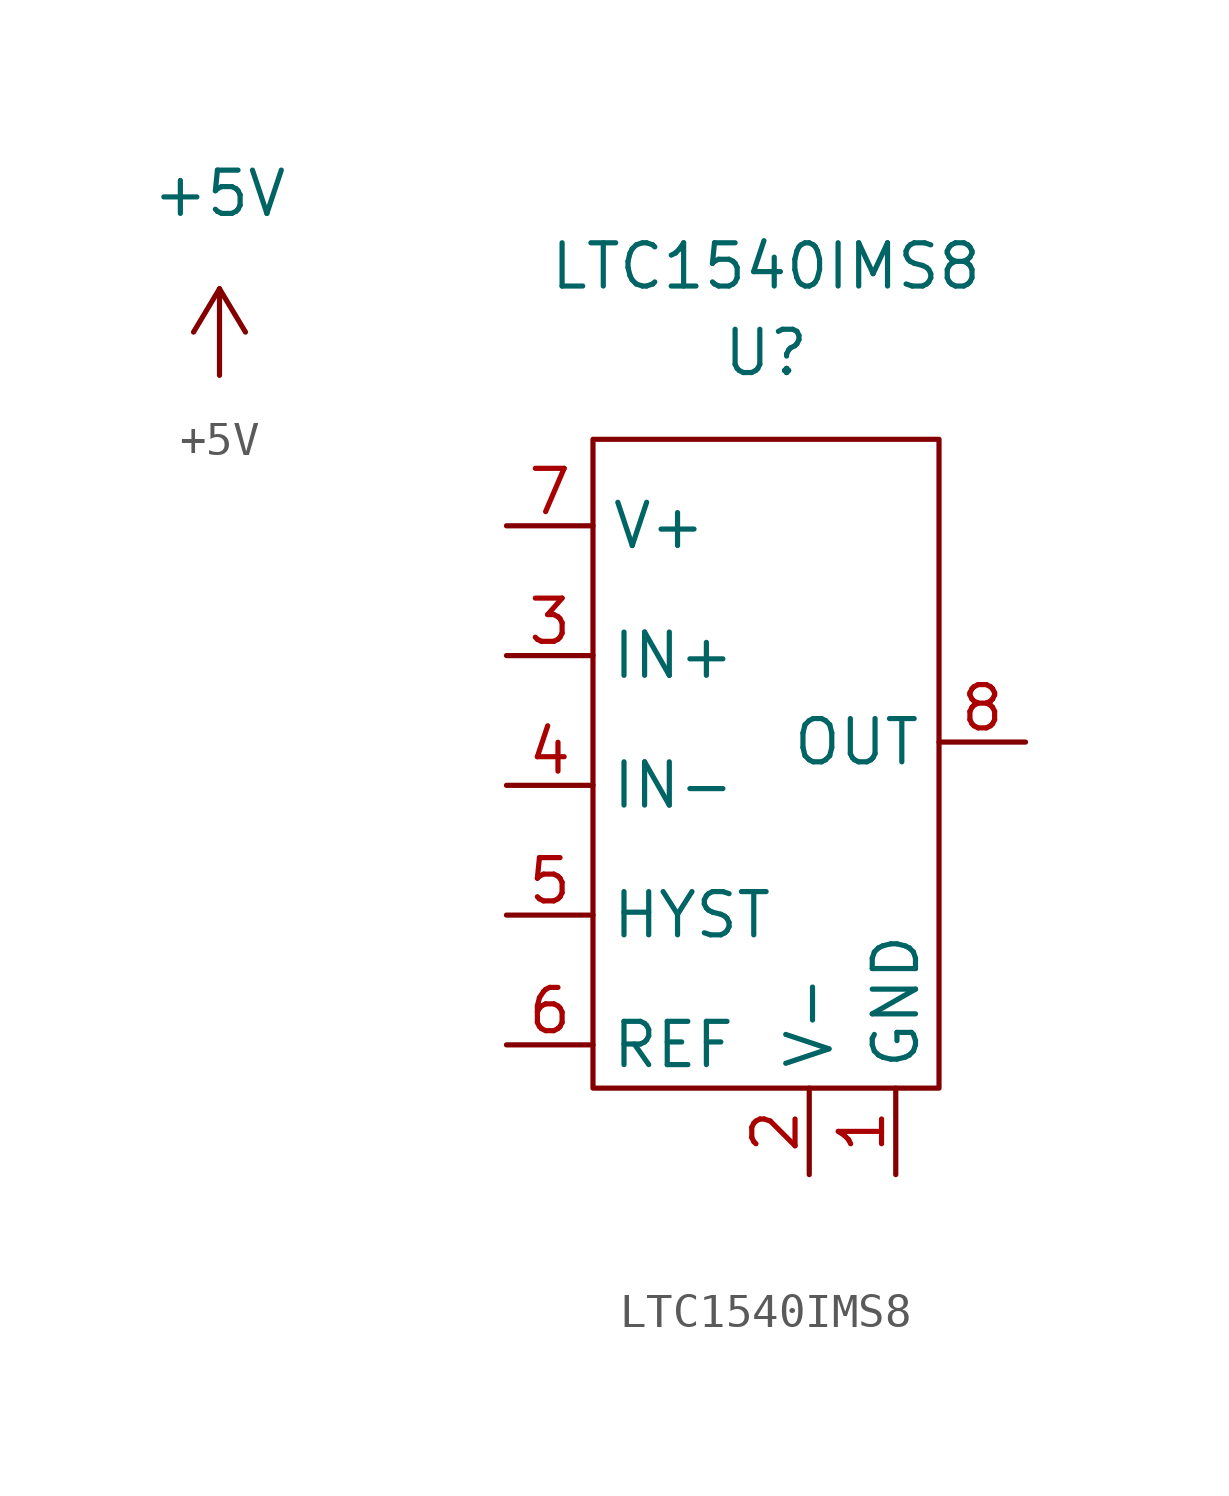
<source format=kicad_sym>
(kicad_symbol_lib
  (version 20211014)
  (generator kicad_symbol_editor)
  (symbol "+5V"
    (power)
    (pin_names
      (offset 0))
    (property "Reference" "#PWR0132"
      (at 0 -3.81 0)
      (effects (font (size 1.27 1.27)) hide))
    (property "Value" "+5V"
      (at 0 5.334 0)
      (effects (font (size 1.27 1.27))))
    (symbol "+5V_0_1"
      (polyline (pts (xy -0.762 1.27) (xy 0 2.54)) (stroke (width 0) (type default) (color 0 0 0 0)) (fill (type none)))
      (polyline (pts (xy 0 0) (xy 0 2.54)) (stroke (width 0) (type default) (color 0 0 0 0)) (fill (type none)))
      (polyline (pts (xy 0 2.54) (xy 0.762 1.27)) (stroke (width 0) (type default) (color 0 0 0 0)) (fill (type none))))
    (symbol "+5V_1_1"
      (pin power_out line (at 0 0 90) (length 0) hide (name "+5V" (effects (font (size 1.27 1.27)))) (number "1" (effects (font (size 1.27 1.27)))))))
  (symbol "LTC1540IMS8"
    (property "Reference" "U"
      (at 0 2.54 0)
      (effects (font (size 1.27 1.27))))
    (property "Value" "LTC1540IMS8"
      (at 0 5.08 0)
      (effects (font (size 1.27 1.27))))
    (symbol "LTC1540IMS8_0_1"
      (rectangle (start -5.08 0) (end 5.08 -19.05) (stroke (width 0) (type default) (color 0 0 0 0)) (fill (type none))))
    (symbol "LTC1540IMS8_1_1"
      (pin input line (at 3.81 -21.59 90) (length 2.54) (name "GND" (effects (font (size 1.27 1.27)))) (number "1" (effects (font (size 1.27 1.27)))))
      (pin input line (at 1.27 -21.59 90) (length 2.54) (name "V-" (effects (font (size 1.27 1.27)))) (number "2" (effects (font (size 1.27 1.27)))))
      (pin input line (at -7.62 -6.35 0) (length 2.54) (name "IN+" (effects (font (size 1.27 1.27)))) (number "3" (effects (font (size 1.27 1.27)))))
      (pin input line (at -7.62 -10.16 0) (length 2.54) (name "IN-" (effects (font (size 1.27 1.27)))) (number "4" (effects (font (size 1.27 1.27)))))
      (pin input line (at -7.62 -13.97 0) (length 2.54) (name "HYST" (effects (font (size 1.27 1.27)))) (number "5" (effects (font (size 1.27 1.27)))))
      (pin input line (at -7.62 -17.78 0) (length 2.54) (name "REF" (effects (font (size 1.27 1.27)))) (number "6" (effects (font (size 1.27 1.27)))))
      (pin input line (at -7.62 -2.54 0) (length 2.54) (name "V+" (effects (font (size 1.27 1.27)))) (number "7" (effects (font (size 1.27 1.27)))))
      (pin output line (at 7.62 -8.89 180) (length 2.54) (name "OUT" (effects (font (size 1.27 1.27)))) (number "8" (effects (font (size 1.27 1.27))))))))
</source>
